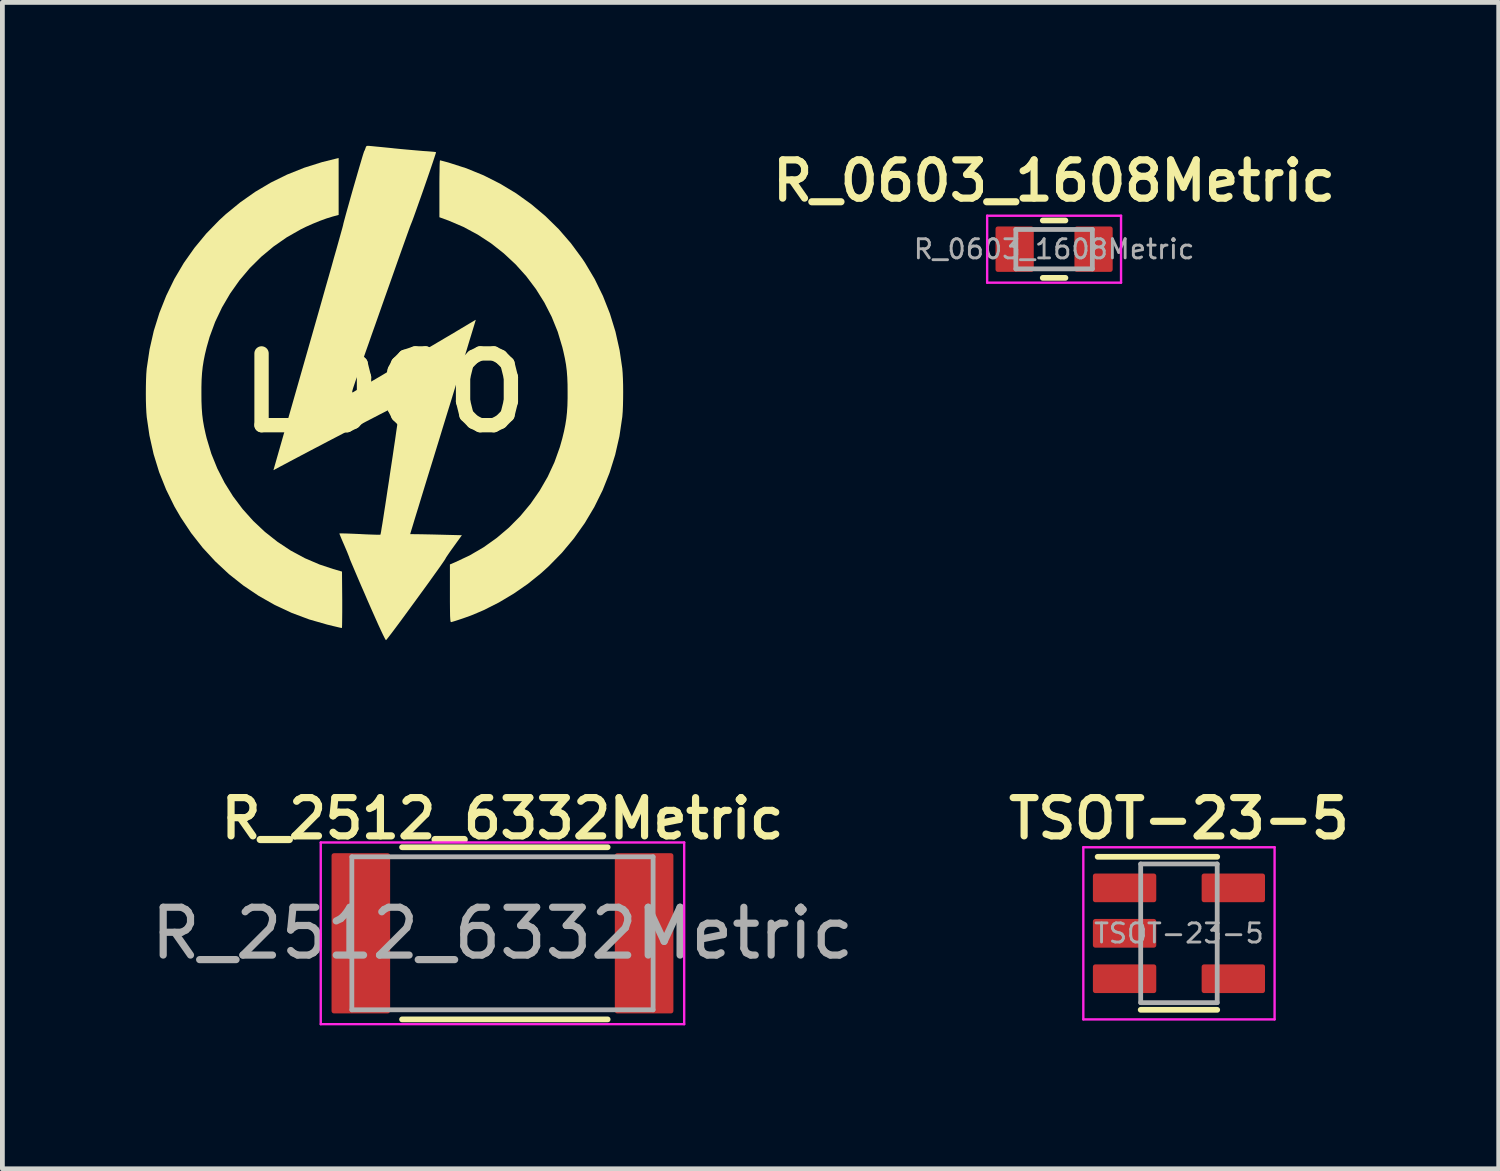
<source format=kicad_pcb>
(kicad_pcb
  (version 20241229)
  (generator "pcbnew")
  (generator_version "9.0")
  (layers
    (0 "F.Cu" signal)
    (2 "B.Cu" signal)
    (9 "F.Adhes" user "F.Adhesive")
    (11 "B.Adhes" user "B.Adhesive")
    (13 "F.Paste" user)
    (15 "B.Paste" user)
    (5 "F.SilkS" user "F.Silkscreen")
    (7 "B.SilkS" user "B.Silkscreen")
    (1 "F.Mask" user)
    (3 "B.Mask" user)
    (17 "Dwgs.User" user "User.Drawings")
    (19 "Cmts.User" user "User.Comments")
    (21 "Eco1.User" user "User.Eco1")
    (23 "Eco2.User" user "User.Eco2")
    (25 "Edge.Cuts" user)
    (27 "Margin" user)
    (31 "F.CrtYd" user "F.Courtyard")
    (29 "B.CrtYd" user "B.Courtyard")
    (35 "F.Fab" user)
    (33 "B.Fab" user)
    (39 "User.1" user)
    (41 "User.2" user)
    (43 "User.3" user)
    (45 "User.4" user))
  (footprint "LOGO"
    (layer "F.Cu")
    (at 4.991 5.163)
    (property "Reference" "LOGO" (at 0 0 0) (layer "F.SilkS") (effects (font (size 1.5 1.5) (thickness 0.3))))
    (attr board_only exclude_from_pos_files exclude_from_bom)
    (fp_poly (pts (xy -0.959 -4.313) (xy -0.959 -3.719) (xy -1.089 -3.683) (xy -1.212 -3.645) (xy -1.352 -3.594) (xy -1.499 -3.534) (xy -1.645 -3.469) (xy -1.752 -3.416) (xy -2.044 -3.25) (xy -2.32 -3.058) (xy -2.578 -2.843) (xy -2.817 -2.606) (xy -3.034 -2.349) (xy -3.228 -2.074) (xy -3.398 -1.784) (xy -3.542 -1.481) (xy -3.658 -1.166) (xy -3.719 -0.952) (xy -3.755 -0.803) (xy -3.782 -0.668) (xy -3.802 -0.541) (xy -3.816 -0.411) (xy -3.825 -0.272) (xy -3.829 -0.115) (xy -3.829 0) (xy -3.828 0.173) (xy -3.822 0.323) (xy -3.812 0.457) (xy -3.796 0.585) (xy -3.773 0.715) (xy -3.743 0.853) (xy -3.719 0.952) (xy -3.622 1.275) (xy -3.496 1.586) (xy -3.344 1.884) (xy -3.167 2.167) (xy -2.967 2.433) (xy -2.744 2.682) (xy -2.501 2.91) (xy -2.239 3.117) (xy -1.961 3.301) (xy -1.666 3.46) (xy -1.358 3.592) (xy -1.073 3.687) (xy -0.889 3.74) (xy -0.884 4.331) (xy -0.884 4.464) (xy -0.884 4.586) (xy -0.885 4.695) (xy -0.886 4.786) (xy -0.887 4.856) (xy -0.889 4.902) (xy -0.892 4.921) (xy -0.892 4.921) (xy -0.916 4.916) (xy -0.936 4.912) (xy -0.962 4.906) (xy -1.012 4.894) (xy -1.08 4.878) (xy -1.16 4.858) (xy -1.195 4.85) (xy -1.575 4.741) (xy -1.941 4.604) (xy -2.294 4.439) (xy -2.631 4.248) (xy -2.952 4.032) (xy -3.255 3.792) (xy -3.538 3.528) (xy -3.802 3.242) (xy -4.043 2.935) (xy -4.261 2.607) (xy -4.393 2.38) (xy -4.567 2.026) (xy -4.713 1.661) (xy -4.829 1.283) (xy -4.916 0.894) (xy -4.972 0.511) (xy -4.98 0.416) (xy -4.986 0.296) (xy -4.99 0.161) (xy -4.991 0.017) (xy -4.99 -0.128) (xy -4.987 -0.266) (xy -4.982 -0.39) (xy -4.974 -0.492) (xy -4.972 -0.511) (xy -4.913 -0.907) (xy -4.825 -1.294) (xy -4.708 -1.669) (xy -4.564 -2.031) (xy -4.394 -2.38) (xy -4.197 -2.714) (xy -3.974 -3.03) (xy -3.727 -3.329) (xy -3.456 -3.608) (xy -3.319 -3.734) (xy -3.016 -3.982) (xy -2.703 -4.202) (xy -2.377 -4.395) (xy -2.037 -4.562) (xy -1.68 -4.705) (xy -1.305 -4.823) (xy -1.003 -4.898) (xy -0.959 -4.908)) (stroke (width 0) (type solid)) (fill yes) (layer "F.SilkS"))
    (fp_poly (pts (xy 1.179 -4.856) (xy 1.222 -4.845) (xy 1.281 -4.829) (xy 1.337 -4.814) (xy 1.711 -4.694) (xy 2.073 -4.546) (xy 2.421 -4.37) (xy 2.754 -4.169) (xy 3.07 -3.942) (xy 3.367 -3.692) (xy 3.645 -3.419) (xy 3.9 -3.124) (xy 4.133 -2.808) (xy 4.193 -2.718) (xy 4.395 -2.378) (xy 4.568 -2.024) (xy 4.713 -1.657) (xy 4.83 -1.277) (xy 4.917 -0.887) (xy 4.972 -0.511) (xy 4.98 -0.416) (xy 4.986 -0.296) (xy 4.99 -0.161) (xy 4.991 -0.017) (xy 4.99 0.128) (xy 4.987 0.266) (xy 4.982 0.39) (xy 4.974 0.492) (xy 4.972 0.511) (xy 4.913 0.91) (xy 4.824 1.299) (xy 4.706 1.676) (xy 4.561 2.04) (xy 4.388 2.39) (xy 4.188 2.726) (xy 3.962 3.045) (xy 3.71 3.347) (xy 3.433 3.63) (xy 3.271 3.777) (xy 2.998 3.997) (xy 2.703 4.201) (xy 2.393 4.386) (xy 2.076 4.546) (xy 1.856 4.64) (xy 1.792 4.665) (xy 1.717 4.692) (xy 1.638 4.72) (xy 1.56 4.746) (xy 1.49 4.769) (xy 1.434 4.786) (xy 1.399 4.796) (xy 1.391 4.797) (xy 1.385 4.793) (xy 1.381 4.781) (xy 1.377 4.757) (xy 1.374 4.719) (xy 1.371 4.663) (xy 1.37 4.588) (xy 1.369 4.489) (xy 1.368 4.365) (xy 1.368 4.213) (xy 1.368 4.194) (xy 1.368 3.591) (xy 1.474 3.546) (xy 1.781 3.402) (xy 2.072 3.232) (xy 2.346 3.037) (xy 2.602 2.82) (xy 2.839 2.581) (xy 3.054 2.323) (xy 3.245 2.048) (xy 3.413 1.757) (xy 3.554 1.453) (xy 3.667 1.137) (xy 3.719 0.952) (xy 3.755 0.803) (xy 3.782 0.668) (xy 3.802 0.541) (xy 3.816 0.411) (xy 3.825 0.272) (xy 3.829 0.115) (xy 3.829 0) (xy 3.828 -0.173) (xy 3.822 -0.323) (xy 3.812 -0.457) (xy 3.796 -0.585) (xy 3.773 -0.715) (xy 3.743 -0.853) (xy 3.719 -0.952) (xy 3.622 -1.276) (xy 3.496 -1.587) (xy 3.343 -1.886) (xy 3.166 -2.169) (xy 2.964 -2.437) (xy 2.74 -2.686) (xy 2.494 -2.915) (xy 2.23 -3.123) (xy 1.947 -3.308) (xy 1.649 -3.468) (xy 1.335 -3.602) (xy 1.309 -3.611) (xy 1.148 -3.67) (xy 1.148 -4.265) (xy 1.148 -4.398) (xy 1.149 -4.521) (xy 1.151 -4.63) (xy 1.152 -4.722) (xy 1.154 -4.793) (xy 1.157 -4.84) (xy 1.16 -4.859) (xy 1.16 -4.86)) (stroke (width 0) (type solid)) (fill yes) (layer "F.SilkS"))
    (fp_poly (pts (xy -0.3 -5.16) (xy -0.245 -5.155) (xy -0.166 -5.147) (xy -0.069 -5.138) (xy 0.041 -5.127) (xy 0.161 -5.115) (xy 0.204 -5.11) (xy 0.335 -5.097) (xy 0.466 -5.085) (xy 0.591 -5.074) (xy 0.704 -5.064) (xy 0.799 -5.056) (xy 0.869 -5.051) (xy 0.876 -5.051) (xy 0.951 -5.045) (xy 1.013 -5.04) (xy 1.058 -5.035) (xy 1.077 -5.031) (xy 1.077 -5.03) (xy 1.074 -5.014) (xy 1.061 -4.972) (xy 1.04 -4.908) (xy 1.012 -4.823) (xy 0.978 -4.723) (xy 0.94 -4.611) (xy 0.898 -4.489) (xy 0.854 -4.362) (xy 0.809 -4.232) (xy 0.764 -4.104) (xy 0.72 -3.981) (xy 0.679 -3.865) (xy 0.642 -3.761) (xy 0.61 -3.672) (xy 0.584 -3.601) (xy 0.565 -3.553) (xy 0.556 -3.531) (xy 0.548 -3.511) (xy 0.53 -3.464) (xy 0.504 -3.392) (xy 0.47 -3.297) (xy 0.429 -3.182) (xy 0.381 -3.048) (xy 0.328 -2.899) (xy 0.27 -2.736) (xy 0.209 -2.562) (xy 0.144 -2.378) (xy 0.077 -2.189) (xy 0.008 -1.995) (xy -0.061 -1.799) (xy -0.13 -1.603) (xy -0.198 -1.41) (xy -0.265 -1.222) (xy -0.328 -1.041) (xy -0.389 -0.869) (xy -0.445 -0.709) (xy -0.496 -0.564) (xy -0.541 -0.435) (xy -0.579 -0.324) (xy -0.61 -0.235) (xy -0.63 -0.175) (xy -0.656 -0.098) (xy -0.671 -0.046) (xy -0.676 -0.016) (xy -0.671 -0.006) (xy -0.666 -0.006) (xy -0.65 -0.015) (xy -0.61 -0.039) (xy -0.546 -0.076) (xy -0.463 -0.124) (xy -0.362 -0.184) (xy -0.246 -0.252) (xy -0.116 -0.328) (xy 0.024 -0.411) (xy 0.173 -0.498) (xy 0.328 -0.59) (xy 0.486 -0.683) (xy 0.646 -0.778) (xy 0.805 -0.872) (xy 0.961 -0.964) (xy 1.112 -1.053) (xy 1.254 -1.137) (xy 1.387 -1.215) (xy 1.506 -1.286) (xy 1.611 -1.349) (xy 1.699 -1.401) (xy 1.767 -1.442) (xy 1.806 -1.465) (xy 1.855 -1.494) (xy 1.891 -1.516) (xy 1.909 -1.525) (xy 1.909 -1.526) (xy 1.905 -1.511) (xy 1.892 -1.468) (xy 1.871 -1.398) (xy 1.842 -1.303) (xy 1.806 -1.185) (xy 1.763 -1.044) (xy 1.715 -0.884) (xy 1.66 -0.706) (xy 1.6 -0.511) (xy 1.536 -0.3) (xy 1.467 -0.077) (xy 1.395 0.159) (xy 1.319 0.404) (xy 1.241 0.658) (xy 1.239 0.664) (xy 1.161 0.92) (xy 1.085 1.167) (xy 1.012 1.405) (xy 0.942 1.631) (xy 0.876 1.845) (xy 0.815 2.044) (xy 0.759 2.227) (xy 0.709 2.392) (xy 0.664 2.537) (xy 0.626 2.661) (xy 0.596 2.761) (xy 0.573 2.837) (xy 0.558 2.885) (xy 0.552 2.906) (xy 0.537 2.957) (xy 0.713 2.959) (xy 0.782 2.96) (xy 0.875 2.962) (xy 0.984 2.964) (xy 1.102 2.967) (xy 1.22 2.97) (xy 1.254 2.971) (xy 1.618 2.98) (xy 1.448 3.216) (xy 1.394 3.291) (xy 1.347 3.358) (xy 1.311 3.411) (xy 1.287 3.447) (xy 1.279 3.462) (xy 1.271 3.477) (xy 1.246 3.516) (xy 1.206 3.574) (xy 1.153 3.65) (xy 1.088 3.741) (xy 1.014 3.844) (xy 0.933 3.958) (xy 0.846 4.078) (xy 0.754 4.204) (xy 0.661 4.332) (xy 0.568 4.459) (xy 0.477 4.584) (xy 0.389 4.704) (xy 0.307 4.815) (xy 0.232 4.916) (xy 0.166 5.004) (xy 0.111 5.076) (xy 0.069 5.13) (xy 0.042 5.164) (xy 0.031 5.174) (xy 0.02 5.161) (xy -0.001 5.123) (xy -0.033 5.059) (xy -0.076 4.968) (xy -0.13 4.851) (xy -0.195 4.705) (xy -0.272 4.532) (xy -0.359 4.334) (xy -0.425 4.18) (xy -0.489 4.034) (xy -0.547 3.899) (xy -0.599 3.777) (xy -0.644 3.671) (xy -0.681 3.584) (xy -0.709 3.518) (xy -0.726 3.476) (xy -0.731 3.462) (xy -0.739 3.437) (xy -0.758 3.389) (xy -0.784 3.324) (xy -0.817 3.247) (xy -0.84 3.193) (xy -0.875 3.113) (xy -0.905 3.043) (xy -0.927 2.988) (xy -0.941 2.954) (xy -0.944 2.944) (xy -0.929 2.942) (xy -0.886 2.942) (xy -0.821 2.943) (xy -0.736 2.946) (xy -0.635 2.95) (xy -0.524 2.955) (xy -0.519 2.955) (xy -0.406 2.961) (xy -0.304 2.965) (xy -0.217 2.968) (xy -0.149 2.97) (xy -0.103 2.97) (xy -0.085 2.968) (xy -0.085 2.968) (xy -0.081 2.951) (xy -0.072 2.906) (xy -0.061 2.835) (xy -0.045 2.741) (xy -0.027 2.628) (xy -0.007 2.496) (xy 0.016 2.35) (xy 0.04 2.192) (xy 0.065 2.025) (xy 0.092 1.852) (xy 0.118 1.674) (xy 0.145 1.496) (xy 0.172 1.319) (xy 0.197 1.146) (xy 0.222 0.981) (xy 0.244 0.825) (xy 0.265 0.683) (xy 0.283 0.555) (xy 0.299 0.445) (xy 0.311 0.356) (xy 0.32 0.291) (xy 0.324 0.251) (xy 0.325 0.241) (xy 0.31 0.247) (xy 0.27 0.266) (xy 0.207 0.298) (xy 0.122 0.341) (xy 0.019 0.394) (xy -0.1 0.455) (xy -0.233 0.524) (xy -0.378 0.599) (xy -0.533 0.679) (xy -0.694 0.763) (xy -0.861 0.85) (xy -1.03 0.938) (xy -1.199 1.026) (xy -1.366 1.114) (xy -1.529 1.199) (xy -1.685 1.281) (xy -1.832 1.359) (xy -1.968 1.431) (xy -2.09 1.496) (xy -2.196 1.552) (xy -2.323 1.62) (xy -1.594 -0.932) (xy -1.515 -1.208) (xy -1.439 -1.475) (xy -1.365 -1.734) (xy -1.295 -1.981) (xy -1.229 -2.215) (xy -1.166 -2.435) (xy -1.108 -2.639) (xy -1.056 -2.826) (xy -1.008 -2.993) (xy -0.967 -3.14) (xy -0.932 -3.265) (xy -0.904 -3.366) (xy -0.883 -3.441) (xy -0.87 -3.49) (xy -0.865 -3.51) (xy -0.865 -3.51) (xy -0.861 -3.531) (xy -0.849 -3.578) (xy -0.83 -3.648) (xy -0.806 -3.737) (xy -0.777 -3.841) (xy -0.744 -3.958) (xy -0.709 -4.084) (xy -0.672 -4.215) (xy -0.634 -4.347) (xy -0.596 -4.478) (xy -0.56 -4.603) (xy -0.526 -4.72) (xy -0.495 -4.824) (xy -0.469 -4.913) (xy -0.448 -4.982) (xy -0.433 -5.028) (xy -0.426 -5.048) (xy -0.426 -5.049) (xy -0.415 -5.068) (xy -0.401 -5.104) (xy -0.399 -5.111) (xy -0.386 -5.148) (xy -0.367 -5.162) (xy -0.33 -5.163)) (stroke (width 0) (type solid)) (fill yes) (layer "F.SilkS")))
  (footprint "TSOT-23-5"
    (layer "F.Cu")
    (at 21.605 16.468)
    (property "Reference" "TSOT-23-5" (at 0 -2.4 0) (layer "F.SilkS") (effects (font (size 0.8 0.8) (thickness 0.15))))
    (attr smd)
    (fp_line (start -1.7 -1.6) (end 0.8 -1.6) (stroke (width 0.12) (type solid)) (layer "F.SilkS"))
    (fp_line (start -0.8 1.6) (end 0.8 1.6) (stroke (width 0.12) (type solid)) (layer "F.SilkS"))
    (fp_line (start -2 -1.8) (end -2 1.8) (stroke (width 0.05) (type solid)) (layer "F.CrtYd"))
    (fp_line (start -2 1.8) (end 2 1.8) (stroke (width 0.05) (type solid)) (layer "F.CrtYd"))
    (fp_line (start 2 -1.8) (end -2 -1.8) (stroke (width 0.05) (type solid)) (layer "F.CrtYd"))
    (fp_line (start 2 1.8) (end 2 -1.8) (stroke (width 0.05) (type solid)) (layer "F.CrtYd"))
    (fp_line (start -0.8 -1.45) (end 0.8 -1.45) (stroke (width 0.1) (type solid)) (layer "F.Fab"))
    (fp_line (start -0.8 1.45) (end -0.8 -1.45) (stroke (width 0.1) (type solid)) (layer "F.Fab"))
    (fp_line (start 0.8 -1.45) (end 0.8 1.45) (stroke (width 0.1) (type solid)) (layer "F.Fab"))
    (fp_line (start 0.8 1.45) (end -0.8 1.45) (stroke (width 0.1) (type solid)) (layer "F.Fab"))
    (fp_text user "${REFERENCE}" (at 0 0 0) (layer "F.Fab") (effects (font (size 0.4 0.4) (thickness 0.06))))
    (pad "1" smd roundrect (at -1.137 -0.95) (size 1.325 0.6) (layers "F.Cu" "F.Mask" "F.Paste") (roundrect_rratio 0.083))
    (pad "2" smd roundrect (at -1.137 0) (size 1.325 0.6) (layers "F.Cu" "F.Mask" "F.Paste") (roundrect_rratio 0.083))
    (pad "3" smd roundrect (at -1.137 0.95) (size 1.325 0.6) (layers "F.Cu" "F.Mask" "F.Paste") (roundrect_rratio 0.083))
    (pad "4" smd roundrect (at 1.137 0.95) (size 1.325 0.6) (layers "F.Cu" "F.Mask" "F.Paste") (roundrect_rratio 0.083))
    (pad "5" smd roundrect (at 1.137 -0.95) (size 1.325 0.6) (layers "F.Cu" "F.Mask" "F.Paste") (roundrect_rratio 0.083)))
  (footprint "R_2512_6332Metric"
    (layer "F.Cu")
    (at 7.458 16.468)
    (property "Reference" "R_2512_6332Metric" (at 0 -2.4 0) (layer "F.SilkS") (effects (font (size 0.8 0.8) (thickness 0.15))))
    (attr smd)
    (fp_line (start -2.1 -1.8) (end 2.2 -1.8) (stroke (width 0.12) (type solid)) (layer "F.SilkS"))
    (fp_line (start -2.1 1.8) (end 2.2 1.8) (stroke (width 0.12) (type solid)) (layer "F.SilkS"))
    (fp_line (start -3.8 -1.9) (end 3.8 -1.9) (stroke (width 0.05) (type solid)) (layer "F.CrtYd"))
    (fp_line (start -3.8 1.9) (end -3.8 -1.9) (stroke (width 0.05) (type solid)) (layer "F.CrtYd"))
    (fp_line (start 3.8 -1.9) (end 3.8 1.9) (stroke (width 0.05) (type solid)) (layer "F.CrtYd"))
    (fp_line (start 3.8 1.9) (end -3.8 1.9) (stroke (width 0.05) (type solid)) (layer "F.CrtYd"))
    (fp_line (start -3.15 -1.6) (end 3.15 -1.6) (stroke (width 0.1) (type solid)) (layer "F.Fab"))
    (fp_line (start -3.15 1.6) (end -3.15 -1.6) (stroke (width 0.1) (type solid)) (layer "F.Fab"))
    (fp_line (start 3.15 -1.6) (end 3.15 1.6) (stroke (width 0.1) (type solid)) (layer "F.Fab"))
    (fp_line (start 3.15 1.6) (end -3.15 1.6) (stroke (width 0.1) (type solid)) (layer "F.Fab"))
    (fp_text user "${REFERENCE}" (at 0 0 0) (layer "F.Fab") (effects (font (size 1 1) (thickness 0.15))))
    (pad "1" smd roundrect (at -2.962 0) (size 1.225 3.35) (layers "F.Cu" "F.Mask" "F.Paste") (roundrect_rratio 0.041))
    (pad "2" smd roundrect (at 2.962 0) (size 1.225 3.35) (layers "F.Cu" "F.Mask" "F.Paste") (roundrect_rratio 0.041)))
  (footprint "R_0603_1608Metric"
    (layer "F.Cu")
    (at 18.994 2.161)
    (property "Reference" "R_0603_1608Metric" (at 0 -1.43 0) (layer "F.SilkS") (effects (font (size 0.8 0.8) (thickness 0.15))))
    (attr smd)
    (fp_line (start -0.237 -0.6) (end 0.237 -0.6) (stroke (width 0.12) (type solid)) (layer "F.SilkS"))
    (fp_line (start -0.237 0.6) (end 0.237 0.6) (stroke (width 0.12) (type solid)) (layer "F.SilkS"))
    (fp_line (start -1.4 -0.7) (end 1.4 -0.7) (stroke (width 0.05) (type solid)) (layer "F.CrtYd"))
    (fp_line (start -1.4 0.7) (end -1.4 -0.7) (stroke (width 0.05) (type solid)) (layer "F.CrtYd"))
    (fp_line (start 1.4 -0.7) (end 1.4 0.7) (stroke (width 0.05) (type solid)) (layer "F.CrtYd"))
    (fp_line (start 1.4 0.7) (end -1.4 0.7) (stroke (width 0.05) (type solid)) (layer "F.CrtYd"))
    (fp_line (start -0.8 -0.412) (end 0.8 -0.412) (stroke (width 0.1) (type solid)) (layer "F.Fab"))
    (fp_line (start -0.8 0.412) (end -0.8 -0.412) (stroke (width 0.1) (type solid)) (layer "F.Fab"))
    (fp_line (start 0.8 -0.412) (end 0.8 0.412) (stroke (width 0.1) (type solid)) (layer "F.Fab"))
    (fp_line (start 0.8 0.412) (end -0.8 0.412) (stroke (width 0.1) (type solid)) (layer "F.Fab"))
    (fp_text user "${REFERENCE}" (at 0 0 0) (layer "F.Fab") (effects (font (size 0.4 0.4) (thickness 0.06))))
    (pad "1" smd roundrect (at -0.825 0) (size 0.8 0.95) (layers "F.Cu" "F.Mask" "F.Paste") (roundrect_rratio 0.062))
    (pad "2" smd roundrect (at 0.825 0) (size 0.8 0.95) (layers "F.Cu" "F.Mask" "F.Paste") (roundrect_rratio 0.062)))
  (gr_rect
    (start -3 -3)
    (end 28.292 21.393)
    (stroke (width 0.1) (type default))
    (fill no)
    (layer "Edge.Cuts")))
</source>
